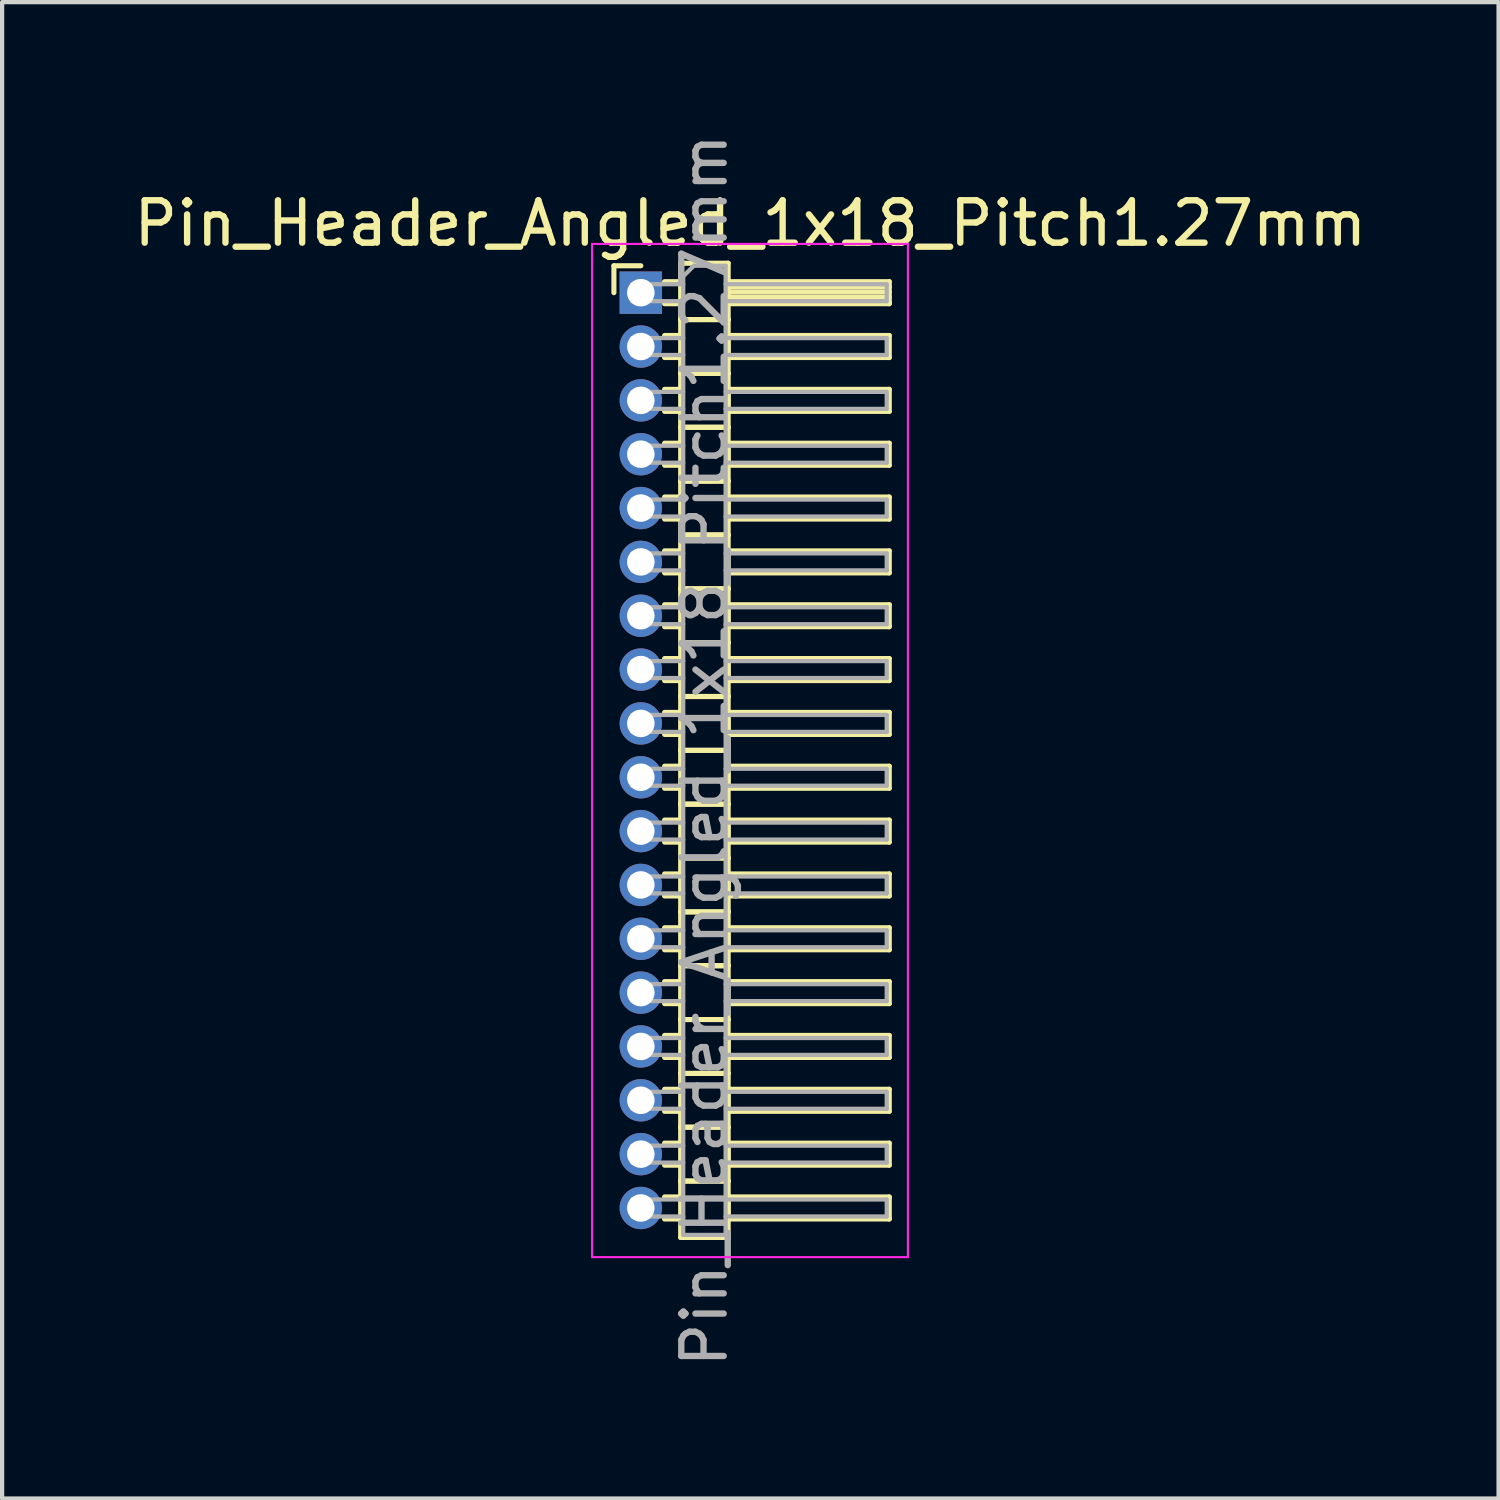
<source format=kicad_pcb>
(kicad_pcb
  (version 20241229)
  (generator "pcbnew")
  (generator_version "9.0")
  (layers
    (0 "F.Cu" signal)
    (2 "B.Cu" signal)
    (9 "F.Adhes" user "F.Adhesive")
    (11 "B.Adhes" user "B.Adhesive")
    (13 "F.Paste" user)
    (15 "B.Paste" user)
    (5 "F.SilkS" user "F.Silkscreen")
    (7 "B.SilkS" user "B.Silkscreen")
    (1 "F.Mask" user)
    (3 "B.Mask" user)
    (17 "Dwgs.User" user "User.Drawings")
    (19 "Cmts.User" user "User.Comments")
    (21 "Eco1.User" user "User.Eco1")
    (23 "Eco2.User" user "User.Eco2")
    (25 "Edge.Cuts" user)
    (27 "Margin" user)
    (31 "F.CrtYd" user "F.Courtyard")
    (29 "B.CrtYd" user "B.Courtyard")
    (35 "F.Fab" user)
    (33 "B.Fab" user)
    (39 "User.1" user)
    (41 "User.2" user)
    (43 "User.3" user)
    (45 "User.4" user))
  (footprint "Pin_Header_Angled_1x18_Pitch1.27mm"
    (layer "F.Cu")
    (at 12.066 3.854)
    (property "Reference" "Pin_Header_Angled_1x18_Pitch1.27mm" (at 2.583 -1.635 0) (layer "F.SilkS") (effects (font (size 1 1) (thickness 0.15))))
    (attr through_hole)
    (fp_line (start -0.635 -0.635) (end 0 -0.635) (stroke (width 0.12) (type solid)) (layer "F.SilkS"))
    (fp_line (start -0.635 0) (end -0.635 -0.635) (stroke (width 0.12) (type solid)) (layer "F.SilkS"))
    (fp_line (start 0.56 -0.26) (end 0.94 -0.26) (stroke (width 0.12) (type solid)) (layer "F.SilkS"))
    (fp_line (start 0.56 0.26) (end 0.94 0.26) (stroke (width 0.12) (type solid)) (layer "F.SilkS"))
    (fp_line (start 0.56 1.01) (end 0.94 1.01) (stroke (width 0.12) (type solid)) (layer "F.SilkS"))
    (fp_line (start 0.56 1.53) (end 0.94 1.53) (stroke (width 0.12) (type solid)) (layer "F.SilkS"))
    (fp_line (start 0.56 2.28) (end 0.94 2.28) (stroke (width 0.12) (type solid)) (layer "F.SilkS"))
    (fp_line (start 0.56 2.8) (end 0.94 2.8) (stroke (width 0.12) (type solid)) (layer "F.SilkS"))
    (fp_line (start 0.56 3.55) (end 0.94 3.55) (stroke (width 0.12) (type solid)) (layer "F.SilkS"))
    (fp_line (start 0.56 4.07) (end 0.94 4.07) (stroke (width 0.12) (type solid)) (layer "F.SilkS"))
    (fp_line (start 0.56 4.82) (end 0.94 4.82) (stroke (width 0.12) (type solid)) (layer "F.SilkS"))
    (fp_line (start 0.56 5.34) (end 0.94 5.34) (stroke (width 0.12) (type solid)) (layer "F.SilkS"))
    (fp_line (start 0.56 6.09) (end 0.94 6.09) (stroke (width 0.12) (type solid)) (layer "F.SilkS"))
    (fp_line (start 0.56 6.61) (end 0.94 6.61) (stroke (width 0.12) (type solid)) (layer "F.SilkS"))
    (fp_line (start 0.56 7.36) (end 0.94 7.36) (stroke (width 0.12) (type solid)) (layer "F.SilkS"))
    (fp_line (start 0.56 7.88) (end 0.94 7.88) (stroke (width 0.12) (type solid)) (layer "F.SilkS"))
    (fp_line (start 0.56 8.63) (end 0.94 8.63) (stroke (width 0.12) (type solid)) (layer "F.SilkS"))
    (fp_line (start 0.56 9.15) (end 0.94 9.15) (stroke (width 0.12) (type solid)) (layer "F.SilkS"))
    (fp_line (start 0.56 9.9) (end 0.94 9.9) (stroke (width 0.12) (type solid)) (layer "F.SilkS"))
    (fp_line (start 0.56 10.42) (end 0.94 10.42) (stroke (width 0.12) (type solid)) (layer "F.SilkS"))
    (fp_line (start 0.56 11.17) (end 0.94 11.17) (stroke (width 0.12) (type solid)) (layer "F.SilkS"))
    (fp_line (start 0.56 11.69) (end 0.94 11.69) (stroke (width 0.12) (type solid)) (layer "F.SilkS"))
    (fp_line (start 0.56 12.44) (end 0.94 12.44) (stroke (width 0.12) (type solid)) (layer "F.SilkS"))
    (fp_line (start 0.56 12.96) (end 0.94 12.96) (stroke (width 0.12) (type solid)) (layer "F.SilkS"))
    (fp_line (start 0.56 13.71) (end 0.94 13.71) (stroke (width 0.12) (type solid)) (layer "F.SilkS"))
    (fp_line (start 0.56 14.23) (end 0.94 14.23) (stroke (width 0.12) (type solid)) (layer "F.SilkS"))
    (fp_line (start 0.56 14.98) (end 0.94 14.98) (stroke (width 0.12) (type solid)) (layer "F.SilkS"))
    (fp_line (start 0.56 15.5) (end 0.94 15.5) (stroke (width 0.12) (type solid)) (layer "F.SilkS"))
    (fp_line (start 0.56 16.25) (end 0.94 16.25) (stroke (width 0.12) (type solid)) (layer "F.SilkS"))
    (fp_line (start 0.56 16.77) (end 0.94 16.77) (stroke (width 0.12) (type solid)) (layer "F.SilkS"))
    (fp_line (start 0.56 17.52) (end 0.94 17.52) (stroke (width 0.12) (type solid)) (layer "F.SilkS"))
    (fp_line (start 0.56 18.04) (end 0.94 18.04) (stroke (width 0.12) (type solid)) (layer "F.SilkS"))
    (fp_line (start 0.56 18.79) (end 0.94 18.79) (stroke (width 0.12) (type solid)) (layer "F.SilkS"))
    (fp_line (start 0.56 19.31) (end 0.94 19.31) (stroke (width 0.12) (type solid)) (layer "F.SilkS"))
    (fp_line (start 0.56 20.06) (end 0.94 20.06) (stroke (width 0.12) (type solid)) (layer "F.SilkS"))
    (fp_line (start 0.56 20.58) (end 0.94 20.58) (stroke (width 0.12) (type solid)) (layer "F.SilkS"))
    (fp_line (start 0.56 21.33) (end 0.94 21.33) (stroke (width 0.12) (type solid)) (layer "F.SilkS"))
    (fp_line (start 0.56 21.85) (end 0.94 21.85) (stroke (width 0.12) (type solid)) (layer "F.SilkS"))
    (fp_line (start 0.94 -0.695) (end 0.94 0.635) (stroke (width 0.12) (type solid)) (layer "F.SilkS"))
    (fp_line (start 0.94 0.635) (end 0.94 1.905) (stroke (width 0.12) (type solid)) (layer "F.SilkS"))
    (fp_line (start 0.94 0.635) (end 2.06 0.635) (stroke (width 0.12) (type solid)) (layer "F.SilkS"))
    (fp_line (start 0.94 1.905) (end 0.94 3.175) (stroke (width 0.12) (type solid)) (layer "F.SilkS"))
    (fp_line (start 0.94 1.905) (end 2.06 1.905) (stroke (width 0.12) (type solid)) (layer "F.SilkS"))
    (fp_line (start 0.94 3.175) (end 0.94 4.445) (stroke (width 0.12) (type solid)) (layer "F.SilkS"))
    (fp_line (start 0.94 3.175) (end 2.06 3.175) (stroke (width 0.12) (type solid)) (layer "F.SilkS"))
    (fp_line (start 0.94 4.445) (end 0.94 5.715) (stroke (width 0.12) (type solid)) (layer "F.SilkS"))
    (fp_line (start 0.94 4.445) (end 2.06 4.445) (stroke (width 0.12) (type solid)) (layer "F.SilkS"))
    (fp_line (start 0.94 5.715) (end 0.94 6.985) (stroke (width 0.12) (type solid)) (layer "F.SilkS"))
    (fp_line (start 0.94 5.715) (end 2.06 5.715) (stroke (width 0.12) (type solid)) (layer "F.SilkS"))
    (fp_line (start 0.94 6.985) (end 0.94 8.255) (stroke (width 0.12) (type solid)) (layer "F.SilkS"))
    (fp_line (start 0.94 6.985) (end 2.06 6.985) (stroke (width 0.12) (type solid)) (layer "F.SilkS"))
    (fp_line (start 0.94 8.255) (end 0.94 9.525) (stroke (width 0.12) (type solid)) (layer "F.SilkS"))
    (fp_line (start 0.94 8.255) (end 2.06 8.255) (stroke (width 0.12) (type solid)) (layer "F.SilkS"))
    (fp_line (start 0.94 9.525) (end 0.94 10.795) (stroke (width 0.12) (type solid)) (layer "F.SilkS"))
    (fp_line (start 0.94 9.525) (end 2.06 9.525) (stroke (width 0.12) (type solid)) (layer "F.SilkS"))
    (fp_line (start 0.94 10.795) (end 0.94 12.065) (stroke (width 0.12) (type solid)) (layer "F.SilkS"))
    (fp_line (start 0.94 10.795) (end 2.06 10.795) (stroke (width 0.12) (type solid)) (layer "F.SilkS"))
    (fp_line (start 0.94 12.065) (end 0.94 13.335) (stroke (width 0.12) (type solid)) (layer "F.SilkS"))
    (fp_line (start 0.94 12.065) (end 2.06 12.065) (stroke (width 0.12) (type solid)) (layer "F.SilkS"))
    (fp_line (start 0.94 13.335) (end 0.94 14.605) (stroke (width 0.12) (type solid)) (layer "F.SilkS"))
    (fp_line (start 0.94 13.335) (end 2.06 13.335) (stroke (width 0.12) (type solid)) (layer "F.SilkS"))
    (fp_line (start 0.94 14.605) (end 0.94 15.875) (stroke (width 0.12) (type solid)) (layer "F.SilkS"))
    (fp_line (start 0.94 14.605) (end 2.06 14.605) (stroke (width 0.12) (type solid)) (layer "F.SilkS"))
    (fp_line (start 0.94 15.875) (end 0.94 17.145) (stroke (width 0.12) (type solid)) (layer "F.SilkS"))
    (fp_line (start 0.94 15.875) (end 2.06 15.875) (stroke (width 0.12) (type solid)) (layer "F.SilkS"))
    (fp_line (start 0.94 17.145) (end 0.94 18.415) (stroke (width 0.12) (type solid)) (layer "F.SilkS"))
    (fp_line (start 0.94 17.145) (end 2.06 17.145) (stroke (width 0.12) (type solid)) (layer "F.SilkS"))
    (fp_line (start 0.94 18.415) (end 0.94 19.685) (stroke (width 0.12) (type solid)) (layer "F.SilkS"))
    (fp_line (start 0.94 18.415) (end 2.06 18.415) (stroke (width 0.12) (type solid)) (layer "F.SilkS"))
    (fp_line (start 0.94 19.685) (end 0.94 20.955) (stroke (width 0.12) (type solid)) (layer "F.SilkS"))
    (fp_line (start 0.94 19.685) (end 2.06 19.685) (stroke (width 0.12) (type solid)) (layer "F.SilkS"))
    (fp_line (start 0.94 20.955) (end 0.94 22.285) (stroke (width 0.12) (type solid)) (layer "F.SilkS"))
    (fp_line (start 0.94 20.955) (end 2.06 20.955) (stroke (width 0.12) (type solid)) (layer "F.SilkS"))
    (fp_line (start 0.94 22.285) (end 2.06 22.285) (stroke (width 0.12) (type solid)) (layer "F.SilkS"))
    (fp_line (start 2.06 -0.695) (end 0.94 -0.695) (stroke (width 0.12) (type solid)) (layer "F.SilkS"))
    (fp_line (start 2.06 -0.26) (end 2.06 0.26) (stroke (width 0.12) (type solid)) (layer "F.SilkS"))
    (fp_line (start 2.06 -0.14) (end 5.86 -0.14) (stroke (width 0.12) (type solid)) (layer "F.SilkS"))
    (fp_line (start 2.06 -0.02) (end 5.86 -0.02) (stroke (width 0.12) (type solid)) (layer "F.SilkS"))
    (fp_line (start 2.06 0.1) (end 5.86 0.1) (stroke (width 0.12) (type solid)) (layer "F.SilkS"))
    (fp_line (start 2.06 0.22) (end 5.86 0.22) (stroke (width 0.12) (type solid)) (layer "F.SilkS"))
    (fp_line (start 2.06 0.26) (end 5.86 0.26) (stroke (width 0.12) (type solid)) (layer "F.SilkS"))
    (fp_line (start 2.06 0.635) (end 0.94 0.635) (stroke (width 0.12) (type solid)) (layer "F.SilkS"))
    (fp_line (start 2.06 0.635) (end 2.06 -0.695) (stroke (width 0.12) (type solid)) (layer "F.SilkS"))
    (fp_line (start 2.06 1.01) (end 2.06 1.53) (stroke (width 0.12) (type solid)) (layer "F.SilkS"))
    (fp_line (start 2.06 1.53) (end 5.86 1.53) (stroke (width 0.12) (type solid)) (layer "F.SilkS"))
    (fp_line (start 2.06 1.905) (end 0.94 1.905) (stroke (width 0.12) (type solid)) (layer "F.SilkS"))
    (fp_line (start 2.06 1.905) (end 2.06 0.635) (stroke (width 0.12) (type solid)) (layer "F.SilkS"))
    (fp_line (start 2.06 2.28) (end 2.06 2.8) (stroke (width 0.12) (type solid)) (layer "F.SilkS"))
    (fp_line (start 2.06 2.8) (end 5.86 2.8) (stroke (width 0.12) (type solid)) (layer "F.SilkS"))
    (fp_line (start 2.06 3.175) (end 0.94 3.175) (stroke (width 0.12) (type solid)) (layer "F.SilkS"))
    (fp_line (start 2.06 3.175) (end 2.06 1.905) (stroke (width 0.12) (type solid)) (layer "F.SilkS"))
    (fp_line (start 2.06 3.55) (end 2.06 4.07) (stroke (width 0.12) (type solid)) (layer "F.SilkS"))
    (fp_line (start 2.06 4.07) (end 5.86 4.07) (stroke (width 0.12) (type solid)) (layer "F.SilkS"))
    (fp_line (start 2.06 4.445) (end 0.94 4.445) (stroke (width 0.12) (type solid)) (layer "F.SilkS"))
    (fp_line (start 2.06 4.445) (end 2.06 3.175) (stroke (width 0.12) (type solid)) (layer "F.SilkS"))
    (fp_line (start 2.06 4.82) (end 2.06 5.34) (stroke (width 0.12) (type solid)) (layer "F.SilkS"))
    (fp_line (start 2.06 5.34) (end 5.86 5.34) (stroke (width 0.12) (type solid)) (layer "F.SilkS"))
    (fp_line (start 2.06 5.715) (end 0.94 5.715) (stroke (width 0.12) (type solid)) (layer "F.SilkS"))
    (fp_line (start 2.06 5.715) (end 2.06 4.445) (stroke (width 0.12) (type solid)) (layer "F.SilkS"))
    (fp_line (start 2.06 6.09) (end 2.06 6.61) (stroke (width 0.12) (type solid)) (layer "F.SilkS"))
    (fp_line (start 2.06 6.61) (end 5.86 6.61) (stroke (width 0.12) (type solid)) (layer "F.SilkS"))
    (fp_line (start 2.06 6.985) (end 0.94 6.985) (stroke (width 0.12) (type solid)) (layer "F.SilkS"))
    (fp_line (start 2.06 6.985) (end 2.06 5.715) (stroke (width 0.12) (type solid)) (layer "F.SilkS"))
    (fp_line (start 2.06 7.36) (end 2.06 7.88) (stroke (width 0.12) (type solid)) (layer "F.SilkS"))
    (fp_line (start 2.06 7.88) (end 5.86 7.88) (stroke (width 0.12) (type solid)) (layer "F.SilkS"))
    (fp_line (start 2.06 8.255) (end 0.94 8.255) (stroke (width 0.12) (type solid)) (layer "F.SilkS"))
    (fp_line (start 2.06 8.255) (end 2.06 6.985) (stroke (width 0.12) (type solid)) (layer "F.SilkS"))
    (fp_line (start 2.06 8.63) (end 2.06 9.15) (stroke (width 0.12) (type solid)) (layer "F.SilkS"))
    (fp_line (start 2.06 9.15) (end 5.86 9.15) (stroke (width 0.12) (type solid)) (layer "F.SilkS"))
    (fp_line (start 2.06 9.525) (end 0.94 9.525) (stroke (width 0.12) (type solid)) (layer "F.SilkS"))
    (fp_line (start 2.06 9.525) (end 2.06 8.255) (stroke (width 0.12) (type solid)) (layer "F.SilkS"))
    (fp_line (start 2.06 9.9) (end 2.06 10.42) (stroke (width 0.12) (type solid)) (layer "F.SilkS"))
    (fp_line (start 2.06 10.42) (end 5.86 10.42) (stroke (width 0.12) (type solid)) (layer "F.SilkS"))
    (fp_line (start 2.06 10.795) (end 0.94 10.795) (stroke (width 0.12) (type solid)) (layer "F.SilkS"))
    (fp_line (start 2.06 10.795) (end 2.06 9.525) (stroke (width 0.12) (type solid)) (layer "F.SilkS"))
    (fp_line (start 2.06 11.17) (end 2.06 11.69) (stroke (width 0.12) (type solid)) (layer "F.SilkS"))
    (fp_line (start 2.06 11.69) (end 5.86 11.69) (stroke (width 0.12) (type solid)) (layer "F.SilkS"))
    (fp_line (start 2.06 12.065) (end 0.94 12.065) (stroke (width 0.12) (type solid)) (layer "F.SilkS"))
    (fp_line (start 2.06 12.065) (end 2.06 10.795) (stroke (width 0.12) (type solid)) (layer "F.SilkS"))
    (fp_line (start 2.06 12.44) (end 2.06 12.96) (stroke (width 0.12) (type solid)) (layer "F.SilkS"))
    (fp_line (start 2.06 12.96) (end 5.86 12.96) (stroke (width 0.12) (type solid)) (layer "F.SilkS"))
    (fp_line (start 2.06 13.335) (end 0.94 13.335) (stroke (width 0.12) (type solid)) (layer "F.SilkS"))
    (fp_line (start 2.06 13.335) (end 2.06 12.065) (stroke (width 0.12) (type solid)) (layer "F.SilkS"))
    (fp_line (start 2.06 13.71) (end 2.06 14.23) (stroke (width 0.12) (type solid)) (layer "F.SilkS"))
    (fp_line (start 2.06 14.23) (end 5.86 14.23) (stroke (width 0.12) (type solid)) (layer "F.SilkS"))
    (fp_line (start 2.06 14.605) (end 0.94 14.605) (stroke (width 0.12) (type solid)) (layer "F.SilkS"))
    (fp_line (start 2.06 14.605) (end 2.06 13.335) (stroke (width 0.12) (type solid)) (layer "F.SilkS"))
    (fp_line (start 2.06 14.98) (end 2.06 15.5) (stroke (width 0.12) (type solid)) (layer "F.SilkS"))
    (fp_line (start 2.06 15.5) (end 5.86 15.5) (stroke (width 0.12) (type solid)) (layer "F.SilkS"))
    (fp_line (start 2.06 15.875) (end 0.94 15.875) (stroke (width 0.12) (type solid)) (layer "F.SilkS"))
    (fp_line (start 2.06 15.875) (end 2.06 14.605) (stroke (width 0.12) (type solid)) (layer "F.SilkS"))
    (fp_line (start 2.06 16.25) (end 2.06 16.77) (stroke (width 0.12) (type solid)) (layer "F.SilkS"))
    (fp_line (start 2.06 16.77) (end 5.86 16.77) (stroke (width 0.12) (type solid)) (layer "F.SilkS"))
    (fp_line (start 2.06 17.145) (end 0.94 17.145) (stroke (width 0.12) (type solid)) (layer "F.SilkS"))
    (fp_line (start 2.06 17.145) (end 2.06 15.875) (stroke (width 0.12) (type solid)) (layer "F.SilkS"))
    (fp_line (start 2.06 17.52) (end 2.06 18.04) (stroke (width 0.12) (type solid)) (layer "F.SilkS"))
    (fp_line (start 2.06 18.04) (end 5.86 18.04) (stroke (width 0.12) (type solid)) (layer "F.SilkS"))
    (fp_line (start 2.06 18.415) (end 0.94 18.415) (stroke (width 0.12) (type solid)) (layer "F.SilkS"))
    (fp_line (start 2.06 18.415) (end 2.06 17.145) (stroke (width 0.12) (type solid)) (layer "F.SilkS"))
    (fp_line (start 2.06 18.79) (end 2.06 19.31) (stroke (width 0.12) (type solid)) (layer "F.SilkS"))
    (fp_line (start 2.06 19.31) (end 5.86 19.31) (stroke (width 0.12) (type solid)) (layer "F.SilkS"))
    (fp_line (start 2.06 19.685) (end 0.94 19.685) (stroke (width 0.12) (type solid)) (layer "F.SilkS"))
    (fp_line (start 2.06 19.685) (end 2.06 18.415) (stroke (width 0.12) (type solid)) (layer "F.SilkS"))
    (fp_line (start 2.06 20.06) (end 2.06 20.58) (stroke (width 0.12) (type solid)) (layer "F.SilkS"))
    (fp_line (start 2.06 20.58) (end 5.86 20.58) (stroke (width 0.12) (type solid)) (layer "F.SilkS"))
    (fp_line (start 2.06 20.955) (end 0.94 20.955) (stroke (width 0.12) (type solid)) (layer "F.SilkS"))
    (fp_line (start 2.06 20.955) (end 2.06 19.685) (stroke (width 0.12) (type solid)) (layer "F.SilkS"))
    (fp_line (start 2.06 21.33) (end 2.06 21.85) (stroke (width 0.12) (type solid)) (layer "F.SilkS"))
    (fp_line (start 2.06 21.85) (end 5.86 21.85) (stroke (width 0.12) (type solid)) (layer "F.SilkS"))
    (fp_line (start 2.06 22.285) (end 2.06 20.955) (stroke (width 0.12) (type solid)) (layer "F.SilkS"))
    (fp_line (start 5.86 -0.26) (end 2.06 -0.26) (stroke (width 0.12) (type solid)) (layer "F.SilkS"))
    (fp_line (start 5.86 0.26) (end 5.86 -0.26) (stroke (width 0.12) (type solid)) (layer "F.SilkS"))
    (fp_line (start 5.86 1.01) (end 2.06 1.01) (stroke (width 0.12) (type solid)) (layer "F.SilkS"))
    (fp_line (start 5.86 1.53) (end 5.86 1.01) (stroke (width 0.12) (type solid)) (layer "F.SilkS"))
    (fp_line (start 5.86 2.28) (end 2.06 2.28) (stroke (width 0.12) (type solid)) (layer "F.SilkS"))
    (fp_line (start 5.86 2.8) (end 5.86 2.28) (stroke (width 0.12) (type solid)) (layer "F.SilkS"))
    (fp_line (start 5.86 3.55) (end 2.06 3.55) (stroke (width 0.12) (type solid)) (layer "F.SilkS"))
    (fp_line (start 5.86 4.07) (end 5.86 3.55) (stroke (width 0.12) (type solid)) (layer "F.SilkS"))
    (fp_line (start 5.86 4.82) (end 2.06 4.82) (stroke (width 0.12) (type solid)) (layer "F.SilkS"))
    (fp_line (start 5.86 5.34) (end 5.86 4.82) (stroke (width 0.12) (type solid)) (layer "F.SilkS"))
    (fp_line (start 5.86 6.09) (end 2.06 6.09) (stroke (width 0.12) (type solid)) (layer "F.SilkS"))
    (fp_line (start 5.86 6.61) (end 5.86 6.09) (stroke (width 0.12) (type solid)) (layer "F.SilkS"))
    (fp_line (start 5.86 7.36) (end 2.06 7.36) (stroke (width 0.12) (type solid)) (layer "F.SilkS"))
    (fp_line (start 5.86 7.88) (end 5.86 7.36) (stroke (width 0.12) (type solid)) (layer "F.SilkS"))
    (fp_line (start 5.86 8.63) (end 2.06 8.63) (stroke (width 0.12) (type solid)) (layer "F.SilkS"))
    (fp_line (start 5.86 9.15) (end 5.86 8.63) (stroke (width 0.12) (type solid)) (layer "F.SilkS"))
    (fp_line (start 5.86 9.9) (end 2.06 9.9) (stroke (width 0.12) (type solid)) (layer "F.SilkS"))
    (fp_line (start 5.86 10.42) (end 5.86 9.9) (stroke (width 0.12) (type solid)) (layer "F.SilkS"))
    (fp_line (start 5.86 11.17) (end 2.06 11.17) (stroke (width 0.12) (type solid)) (layer "F.SilkS"))
    (fp_line (start 5.86 11.69) (end 5.86 11.17) (stroke (width 0.12) (type solid)) (layer "F.SilkS"))
    (fp_line (start 5.86 12.44) (end 2.06 12.44) (stroke (width 0.12) (type solid)) (layer "F.SilkS"))
    (fp_line (start 5.86 12.96) (end 5.86 12.44) (stroke (width 0.12) (type solid)) (layer "F.SilkS"))
    (fp_line (start 5.86 13.71) (end 2.06 13.71) (stroke (width 0.12) (type solid)) (layer "F.SilkS"))
    (fp_line (start 5.86 14.23) (end 5.86 13.71) (stroke (width 0.12) (type solid)) (layer "F.SilkS"))
    (fp_line (start 5.86 14.98) (end 2.06 14.98) (stroke (width 0.12) (type solid)) (layer "F.SilkS"))
    (fp_line (start 5.86 15.5) (end 5.86 14.98) (stroke (width 0.12) (type solid)) (layer "F.SilkS"))
    (fp_line (start 5.86 16.25) (end 2.06 16.25) (stroke (width 0.12) (type solid)) (layer "F.SilkS"))
    (fp_line (start 5.86 16.77) (end 5.86 16.25) (stroke (width 0.12) (type solid)) (layer "F.SilkS"))
    (fp_line (start 5.86 17.52) (end 2.06 17.52) (stroke (width 0.12) (type solid)) (layer "F.SilkS"))
    (fp_line (start 5.86 18.04) (end 5.86 17.52) (stroke (width 0.12) (type solid)) (layer "F.SilkS"))
    (fp_line (start 5.86 18.79) (end 2.06 18.79) (stroke (width 0.12) (type solid)) (layer "F.SilkS"))
    (fp_line (start 5.86 19.31) (end 5.86 18.79) (stroke (width 0.12) (type solid)) (layer "F.SilkS"))
    (fp_line (start 5.86 20.06) (end 2.06 20.06) (stroke (width 0.12) (type solid)) (layer "F.SilkS"))
    (fp_line (start 5.86 20.58) (end 5.86 20.06) (stroke (width 0.12) (type solid)) (layer "F.SilkS"))
    (fp_line (start 5.86 21.33) (end 2.06 21.33) (stroke (width 0.12) (type solid)) (layer "F.SilkS"))
    (fp_line (start 5.86 21.85) (end 5.86 21.33) (stroke (width 0.12) (type solid)) (layer "F.SilkS"))
    (fp_line (start -1.15 -1.15) (end -1.15 22.75) (stroke (width 0.05) (type solid)) (layer "F.CrtYd"))
    (fp_line (start -1.15 22.75) (end 6.3 22.75) (stroke (width 0.05) (type solid)) (layer "F.CrtYd"))
    (fp_line (start 6.3 -1.15) (end -1.15 -1.15) (stroke (width 0.05) (type solid)) (layer "F.CrtYd"))
    (fp_line (start 6.3 22.75) (end 6.3 -1.15) (stroke (width 0.05) (type solid)) (layer "F.CrtYd"))
    (fp_line (start -0.2 -0.2) (end -0.2 0.2) (stroke (width 0.1) (type solid)) (layer "F.Fab"))
    (fp_line (start -0.2 -0.2) (end 1 -0.2) (stroke (width 0.1) (type solid)) (layer "F.Fab"))
    (fp_line (start -0.2 0.2) (end 1 0.2) (stroke (width 0.1) (type solid)) (layer "F.Fab"))
    (fp_line (start -0.2 1.07) (end -0.2 1.47) (stroke (width 0.1) (type solid)) (layer "F.Fab"))
    (fp_line (start -0.2 1.07) (end 1 1.07) (stroke (width 0.1) (type solid)) (layer "F.Fab"))
    (fp_line (start -0.2 1.47) (end 1 1.47) (stroke (width 0.1) (type solid)) (layer "F.Fab"))
    (fp_line (start -0.2 2.34) (end -0.2 2.74) (stroke (width 0.1) (type solid)) (layer "F.Fab"))
    (fp_line (start -0.2 2.34) (end 1 2.34) (stroke (width 0.1) (type solid)) (layer "F.Fab"))
    (fp_line (start -0.2 2.74) (end 1 2.74) (stroke (width 0.1) (type solid)) (layer "F.Fab"))
    (fp_line (start -0.2 3.61) (end -0.2 4.01) (stroke (width 0.1) (type solid)) (layer "F.Fab"))
    (fp_line (start -0.2 3.61) (end 1 3.61) (stroke (width 0.1) (type solid)) (layer "F.Fab"))
    (fp_line (start -0.2 4.01) (end 1 4.01) (stroke (width 0.1) (type solid)) (layer "F.Fab"))
    (fp_line (start -0.2 4.88) (end -0.2 5.28) (stroke (width 0.1) (type solid)) (layer "F.Fab"))
    (fp_line (start -0.2 4.88) (end 1 4.88) (stroke (width 0.1) (type solid)) (layer "F.Fab"))
    (fp_line (start -0.2 5.28) (end 1 5.28) (stroke (width 0.1) (type solid)) (layer "F.Fab"))
    (fp_line (start -0.2 6.15) (end -0.2 6.55) (stroke (width 0.1) (type solid)) (layer "F.Fab"))
    (fp_line (start -0.2 6.15) (end 1 6.15) (stroke (width 0.1) (type solid)) (layer "F.Fab"))
    (fp_line (start -0.2 6.55) (end 1 6.55) (stroke (width 0.1) (type solid)) (layer "F.Fab"))
    (fp_line (start -0.2 7.42) (end -0.2 7.82) (stroke (width 0.1) (type solid)) (layer "F.Fab"))
    (fp_line (start -0.2 7.42) (end 1 7.42) (stroke (width 0.1) (type solid)) (layer "F.Fab"))
    (fp_line (start -0.2 7.82) (end 1 7.82) (stroke (width 0.1) (type solid)) (layer "F.Fab"))
    (fp_line (start -0.2 8.69) (end -0.2 9.09) (stroke (width 0.1) (type solid)) (layer "F.Fab"))
    (fp_line (start -0.2 8.69) (end 1 8.69) (stroke (width 0.1) (type solid)) (layer "F.Fab"))
    (fp_line (start -0.2 9.09) (end 1 9.09) (stroke (width 0.1) (type solid)) (layer "F.Fab"))
    (fp_line (start -0.2 9.96) (end -0.2 10.36) (stroke (width 0.1) (type solid)) (layer "F.Fab"))
    (fp_line (start -0.2 9.96) (end 1 9.96) (stroke (width 0.1) (type solid)) (layer "F.Fab"))
    (fp_line (start -0.2 10.36) (end 1 10.36) (stroke (width 0.1) (type solid)) (layer "F.Fab"))
    (fp_line (start -0.2 11.23) (end -0.2 11.63) (stroke (width 0.1) (type solid)) (layer "F.Fab"))
    (fp_line (start -0.2 11.23) (end 1 11.23) (stroke (width 0.1) (type solid)) (layer "F.Fab"))
    (fp_line (start -0.2 11.63) (end 1 11.63) (stroke (width 0.1) (type solid)) (layer "F.Fab"))
    (fp_line (start -0.2 12.5) (end -0.2 12.9) (stroke (width 0.1) (type solid)) (layer "F.Fab"))
    (fp_line (start -0.2 12.5) (end 1 12.5) (stroke (width 0.1) (type solid)) (layer "F.Fab"))
    (fp_line (start -0.2 12.9) (end 1 12.9) (stroke (width 0.1) (type solid)) (layer "F.Fab"))
    (fp_line (start -0.2 13.77) (end -0.2 14.17) (stroke (width 0.1) (type solid)) (layer "F.Fab"))
    (fp_line (start -0.2 13.77) (end 1 13.77) (stroke (width 0.1) (type solid)) (layer "F.Fab"))
    (fp_line (start -0.2 14.17) (end 1 14.17) (stroke (width 0.1) (type solid)) (layer "F.Fab"))
    (fp_line (start -0.2 15.04) (end -0.2 15.44) (stroke (width 0.1) (type solid)) (layer "F.Fab"))
    (fp_line (start -0.2 15.04) (end 1 15.04) (stroke (width 0.1) (type solid)) (layer "F.Fab"))
    (fp_line (start -0.2 15.44) (end 1 15.44) (stroke (width 0.1) (type solid)) (layer "F.Fab"))
    (fp_line (start -0.2 16.31) (end -0.2 16.71) (stroke (width 0.1) (type solid)) (layer "F.Fab"))
    (fp_line (start -0.2 16.31) (end 1 16.31) (stroke (width 0.1) (type solid)) (layer "F.Fab"))
    (fp_line (start -0.2 16.71) (end 1 16.71) (stroke (width 0.1) (type solid)) (layer "F.Fab"))
    (fp_line (start -0.2 17.58) (end -0.2 17.98) (stroke (width 0.1) (type solid)) (layer "F.Fab"))
    (fp_line (start -0.2 17.58) (end 1 17.58) (stroke (width 0.1) (type solid)) (layer "F.Fab"))
    (fp_line (start -0.2 17.98) (end 1 17.98) (stroke (width 0.1) (type solid)) (layer "F.Fab"))
    (fp_line (start -0.2 18.85) (end -0.2 19.25) (stroke (width 0.1) (type solid)) (layer "F.Fab"))
    (fp_line (start -0.2 18.85) (end 1 18.85) (stroke (width 0.1) (type solid)) (layer "F.Fab"))
    (fp_line (start -0.2 19.25) (end 1 19.25) (stroke (width 0.1) (type solid)) (layer "F.Fab"))
    (fp_line (start -0.2 20.12) (end -0.2 20.52) (stroke (width 0.1) (type solid)) (layer "F.Fab"))
    (fp_line (start -0.2 20.12) (end 1 20.12) (stroke (width 0.1) (type solid)) (layer "F.Fab"))
    (fp_line (start -0.2 20.52) (end 1 20.52) (stroke (width 0.1) (type solid)) (layer "F.Fab"))
    (fp_line (start -0.2 21.39) (end -0.2 21.79) (stroke (width 0.1) (type solid)) (layer "F.Fab"))
    (fp_line (start -0.2 21.39) (end 1 21.39) (stroke (width 0.1) (type solid)) (layer "F.Fab"))
    (fp_line (start -0.2 21.79) (end 1 21.79) (stroke (width 0.1) (type solid)) (layer "F.Fab"))
    (fp_line (start 1 -0.385) (end 1.25 -0.635) (stroke (width 0.1) (type solid)) (layer "F.Fab"))
    (fp_line (start 1 22.225) (end 1 -0.385) (stroke (width 0.1) (type solid)) (layer "F.Fab"))
    (fp_line (start 1.25 -0.635) (end 2 -0.635) (stroke (width 0.1) (type solid)) (layer "F.Fab"))
    (fp_line (start 2 -0.635) (end 2 22.225) (stroke (width 0.1) (type solid)) (layer "F.Fab"))
    (fp_line (start 2 -0.2) (end 5.8 -0.2) (stroke (width 0.1) (type solid)) (layer "F.Fab"))
    (fp_line (start 2 0.2) (end 5.8 0.2) (stroke (width 0.1) (type solid)) (layer "F.Fab"))
    (fp_line (start 2 1.07) (end 5.8 1.07) (stroke (width 0.1) (type solid)) (layer "F.Fab"))
    (fp_line (start 2 1.47) (end 5.8 1.47) (stroke (width 0.1) (type solid)) (layer "F.Fab"))
    (fp_line (start 2 2.34) (end 5.8 2.34) (stroke (width 0.1) (type solid)) (layer "F.Fab"))
    (fp_line (start 2 2.74) (end 5.8 2.74) (stroke (width 0.1) (type solid)) (layer "F.Fab"))
    (fp_line (start 2 3.61) (end 5.8 3.61) (stroke (width 0.1) (type solid)) (layer "F.Fab"))
    (fp_line (start 2 4.01) (end 5.8 4.01) (stroke (width 0.1) (type solid)) (layer "F.Fab"))
    (fp_line (start 2 4.88) (end 5.8 4.88) (stroke (width 0.1) (type solid)) (layer "F.Fab"))
    (fp_line (start 2 5.28) (end 5.8 5.28) (stroke (width 0.1) (type solid)) (layer "F.Fab"))
    (fp_line (start 2 6.15) (end 5.8 6.15) (stroke (width 0.1) (type solid)) (layer "F.Fab"))
    (fp_line (start 2 6.55) (end 5.8 6.55) (stroke (width 0.1) (type solid)) (layer "F.Fab"))
    (fp_line (start 2 7.42) (end 5.8 7.42) (stroke (width 0.1) (type solid)) (layer "F.Fab"))
    (fp_line (start 2 7.82) (end 5.8 7.82) (stroke (width 0.1) (type solid)) (layer "F.Fab"))
    (fp_line (start 2 8.69) (end 5.8 8.69) (stroke (width 0.1) (type solid)) (layer "F.Fab"))
    (fp_line (start 2 9.09) (end 5.8 9.09) (stroke (width 0.1) (type solid)) (layer "F.Fab"))
    (fp_line (start 2 9.96) (end 5.8 9.96) (stroke (width 0.1) (type solid)) (layer "F.Fab"))
    (fp_line (start 2 10.36) (end 5.8 10.36) (stroke (width 0.1) (type solid)) (layer "F.Fab"))
    (fp_line (start 2 11.23) (end 5.8 11.23) (stroke (width 0.1) (type solid)) (layer "F.Fab"))
    (fp_line (start 2 11.63) (end 5.8 11.63) (stroke (width 0.1) (type solid)) (layer "F.Fab"))
    (fp_line (start 2 12.5) (end 5.8 12.5) (stroke (width 0.1) (type solid)) (layer "F.Fab"))
    (fp_line (start 2 12.9) (end 5.8 12.9) (stroke (width 0.1) (type solid)) (layer "F.Fab"))
    (fp_line (start 2 13.77) (end 5.8 13.77) (stroke (width 0.1) (type solid)) (layer "F.Fab"))
    (fp_line (start 2 14.17) (end 5.8 14.17) (stroke (width 0.1) (type solid)) (layer "F.Fab"))
    (fp_line (start 2 15.04) (end 5.8 15.04) (stroke (width 0.1) (type solid)) (layer "F.Fab"))
    (fp_line (start 2 15.44) (end 5.8 15.44) (stroke (width 0.1) (type solid)) (layer "F.Fab"))
    (fp_line (start 2 16.31) (end 5.8 16.31) (stroke (width 0.1) (type solid)) (layer "F.Fab"))
    (fp_line (start 2 16.71) (end 5.8 16.71) (stroke (width 0.1) (type solid)) (layer "F.Fab"))
    (fp_line (start 2 17.58) (end 5.8 17.58) (stroke (width 0.1) (type solid)) (layer "F.Fab"))
    (fp_line (start 2 17.98) (end 5.8 17.98) (stroke (width 0.1) (type solid)) (layer "F.Fab"))
    (fp_line (start 2 18.85) (end 5.8 18.85) (stroke (width 0.1) (type solid)) (layer "F.Fab"))
    (fp_line (start 2 19.25) (end 5.8 19.25) (stroke (width 0.1) (type solid)) (layer "F.Fab"))
    (fp_line (start 2 20.12) (end 5.8 20.12) (stroke (width 0.1) (type solid)) (layer "F.Fab"))
    (fp_line (start 2 20.52) (end 5.8 20.52) (stroke (width 0.1) (type solid)) (layer "F.Fab"))
    (fp_line (start 2 21.39) (end 5.8 21.39) (stroke (width 0.1) (type solid)) (layer "F.Fab"))
    (fp_line (start 2 21.79) (end 5.8 21.79) (stroke (width 0.1) (type solid)) (layer "F.Fab"))
    (fp_line (start 2 22.225) (end 1 22.225) (stroke (width 0.1) (type solid)) (layer "F.Fab"))
    (fp_line (start 5.8 -0.2) (end 5.8 0.2) (stroke (width 0.1) (type solid)) (layer "F.Fab"))
    (fp_line (start 5.8 1.07) (end 5.8 1.47) (stroke (width 0.1) (type solid)) (layer "F.Fab"))
    (fp_line (start 5.8 2.34) (end 5.8 2.74) (stroke (width 0.1) (type solid)) (layer "F.Fab"))
    (fp_line (start 5.8 3.61) (end 5.8 4.01) (stroke (width 0.1) (type solid)) (layer "F.Fab"))
    (fp_line (start 5.8 4.88) (end 5.8 5.28) (stroke (width 0.1) (type solid)) (layer "F.Fab"))
    (fp_line (start 5.8 6.15) (end 5.8 6.55) (stroke (width 0.1) (type solid)) (layer "F.Fab"))
    (fp_line (start 5.8 7.42) (end 5.8 7.82) (stroke (width 0.1) (type solid)) (layer "F.Fab"))
    (fp_line (start 5.8 8.69) (end 5.8 9.09) (stroke (width 0.1) (type solid)) (layer "F.Fab"))
    (fp_line (start 5.8 9.96) (end 5.8 10.36) (stroke (width 0.1) (type solid)) (layer "F.Fab"))
    (fp_line (start 5.8 11.23) (end 5.8 11.63) (stroke (width 0.1) (type solid)) (layer "F.Fab"))
    (fp_line (start 5.8 12.5) (end 5.8 12.9) (stroke (width 0.1) (type solid)) (layer "F.Fab"))
    (fp_line (start 5.8 13.77) (end 5.8 14.17) (stroke (width 0.1) (type solid)) (layer "F.Fab"))
    (fp_line (start 5.8 15.04) (end 5.8 15.44) (stroke (width 0.1) (type solid)) (layer "F.Fab"))
    (fp_line (start 5.8 16.31) (end 5.8 16.71) (stroke (width 0.1) (type solid)) (layer "F.Fab"))
    (fp_line (start 5.8 17.58) (end 5.8 17.98) (stroke (width 0.1) (type solid)) (layer "F.Fab"))
    (fp_line (start 5.8 18.85) (end 5.8 19.25) (stroke (width 0.1) (type solid)) (layer "F.Fab"))
    (fp_line (start 5.8 20.12) (end 5.8 20.52) (stroke (width 0.1) (type solid)) (layer "F.Fab"))
    (fp_line (start 5.8 21.39) (end 5.8 21.79) (stroke (width 0.1) (type solid)) (layer "F.Fab"))
    (fp_text user "${REFERENCE}" (at 1.5 10.795 90) (layer "F.Fab") (effects (font (size 1 1) (thickness 0.15))))
    (pad "1" thru_hole rect (at 0 0) (size 1 1) (drill 0.65) (layers "*.Cu" "*.Mask"))
    (pad "2" thru_hole oval (at 0 1.27) (size 1 1) (drill 0.65) (layers "*.Cu" "*.Mask"))
    (pad "3" thru_hole oval (at 0 2.54) (size 1 1) (drill 0.65) (layers "*.Cu" "*.Mask"))
    (pad "4" thru_hole oval (at 0 3.81) (size 1 1) (drill 0.65) (layers "*.Cu" "*.Mask"))
    (pad "5" thru_hole oval (at 0 5.08) (size 1 1) (drill 0.65) (layers "*.Cu" "*.Mask"))
    (pad "6" thru_hole oval (at 0 6.35) (size 1 1) (drill 0.65) (layers "*.Cu" "*.Mask"))
    (pad "7" thru_hole oval (at 0 7.62) (size 1 1) (drill 0.65) (layers "*.Cu" "*.Mask"))
    (pad "8" thru_hole oval (at 0 8.89) (size 1 1) (drill 0.65) (layers "*.Cu" "*.Mask"))
    (pad "9" thru_hole oval (at 0 10.16) (size 1 1) (drill 0.65) (layers "*.Cu" "*.Mask"))
    (pad "10" thru_hole oval (at 0 11.43) (size 1 1) (drill 0.65) (layers "*.Cu" "*.Mask"))
    (pad "11" thru_hole oval (at 0 12.7) (size 1 1) (drill 0.65) (layers "*.Cu" "*.Mask"))
    (pad "12" thru_hole oval (at 0 13.97) (size 1 1) (drill 0.65) (layers "*.Cu" "*.Mask"))
    (pad "13" thru_hole oval (at 0 15.24) (size 1 1) (drill 0.65) (layers "*.Cu" "*.Mask"))
    (pad "14" thru_hole oval (at 0 16.51) (size 1 1) (drill 0.65) (layers "*.Cu" "*.Mask"))
    (pad "15" thru_hole oval (at 0 17.78) (size 1 1) (drill 0.65) (layers "*.Cu" "*.Mask"))
    (pad "16" thru_hole oval (at 0 19.05) (size 1 1) (drill 0.65) (layers "*.Cu" "*.Mask"))
    (pad "17" thru_hole oval (at 0 20.32) (size 1 1) (drill 0.65) (layers "*.Cu" "*.Mask"))
    (pad "18" thru_hole oval (at 0 21.59) (size 1 1) (drill 0.65) (layers "*.Cu" "*.Mask")))
  (gr_rect
    (start -3 -3)
    (end 32.298 32.298)
    (stroke (width 0.1) (type default))
    (fill no)
    (layer "Edge.Cuts")))
</source>
